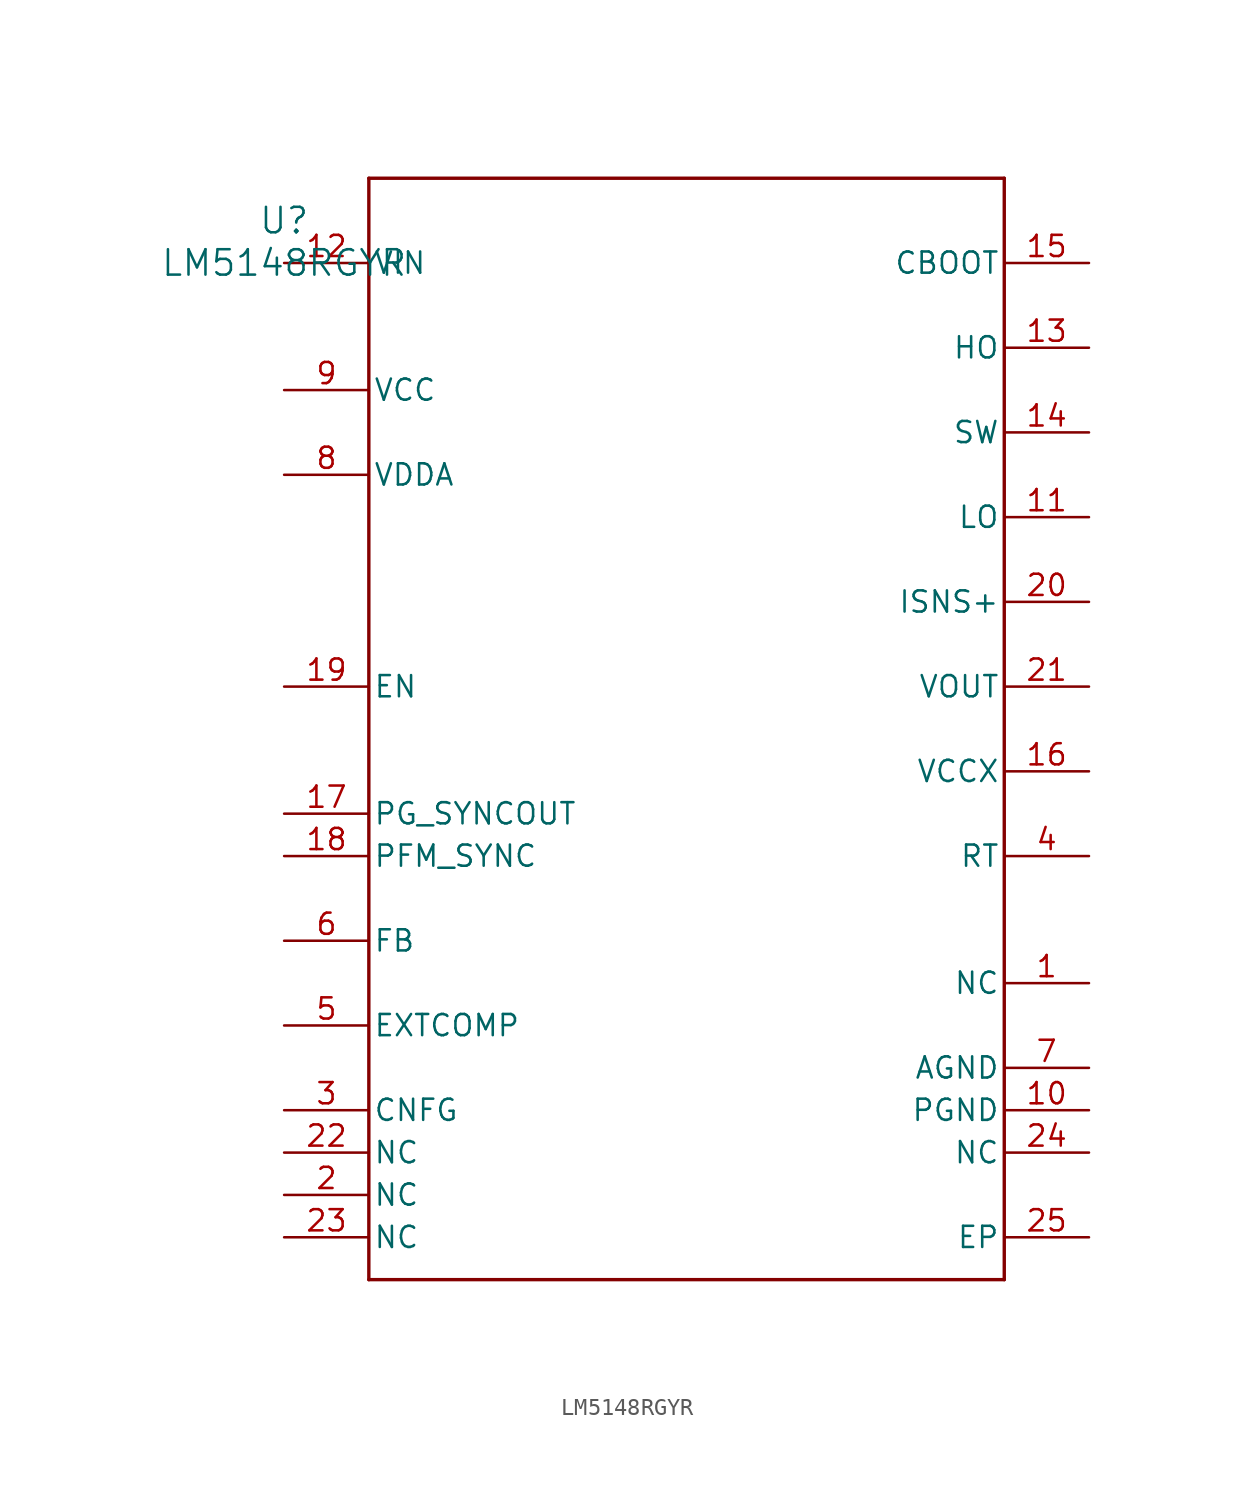
<source format=kicad_sym>
(kicad_symbol_lib
  (version 20211014)
  (generator kicad_symbol_editor)
  (symbol "LM5148RGYR"
    (pin_names
      (offset 0.254))
    (property "Reference" "U"
      (at 0 2.54 0)
      (effects (font (size 1.524 1.524))))
    (property "Value" "LM5148RGYR"
      (at 0 0 0)
      (effects (font (size 1.524 1.524))))
    (symbol "LM5148RGYR_0_1"
      (polyline (pts (xy 5.08 -60.96) (xy 43.18 -60.96)) (stroke (width 0.203) (type default) (color 0 0 0 0)) (fill (type none)))
      (polyline (pts (xy 43.18 -60.96) (xy 43.18 5.08)) (stroke (width 0.203) (type default) (color 0 0 0 0)) (fill (type none)))
      (polyline (pts (xy 43.18 5.08) (xy 5.08 5.08)) (stroke (width 0.203) (type default) (color 0 0 0 0)) (fill (type none)))
      (polyline (pts (xy 5.08 5.08) (xy 5.08 -60.96)) (stroke (width 0.203) (type default) (color 0 0 0 0)) (fill (type none)))
      (pin unspecified line (at 48.26 -43.18 180) (length 5.08) (name "NC" (effects (font (size 1.27 1.27)))) (number "1" (effects (font (size 1.27 1.27)))))
      (pin unspecified line (at 0 -55.88 0) (length 5.08) (name "NC" (effects (font (size 1.27 1.27)))) (number "2" (effects (font (size 1.27 1.27)))))
      (pin unspecified line (at 0 -50.8 0) (length 5.08) (name "CNFG" (effects (font (size 1.27 1.27)))) (number "3" (effects (font (size 1.27 1.27)))))
      (pin unspecified line (at 48.26 -35.56 180) (length 5.08) (name "RT" (effects (font (size 1.27 1.27)))) (number "4" (effects (font (size 1.27 1.27)))))
      (pin unspecified line (at 0 -45.72 0) (length 5.08) (name "EXTCOMP" (effects (font (size 1.27 1.27)))) (number "5" (effects (font (size 1.27 1.27)))))
      (pin unspecified line (at 0 -40.64 0) (length 5.08) (name "FB" (effects (font (size 1.27 1.27)))) (number "6" (effects (font (size 1.27 1.27)))))
      (pin power_in line (at 48.26 -48.26 180) (length 5.08) (name "AGND" (effects (font (size 1.27 1.27)))) (number "7" (effects (font (size 1.27 1.27)))))
      (pin unspecified line (at 0 -12.7 0) (length 5.08) (name "VDDA" (effects (font (size 1.27 1.27)))) (number "8" (effects (font (size 1.27 1.27)))))
      (pin power_in line (at 0 -7.62 0) (length 5.08) (name "VCC" (effects (font (size 1.27 1.27)))) (number "9" (effects (font (size 1.27 1.27)))))
      (pin power_in line (at 48.26 -50.8 180) (length 5.08) (name "PGND" (effects (font (size 1.27 1.27)))) (number "10" (effects (font (size 1.27 1.27)))))
      (pin unspecified line (at 48.26 -15.24 180) (length 5.08) (name "LO" (effects (font (size 1.27 1.27)))) (number "11" (effects (font (size 1.27 1.27)))))
      (pin power_in line (at 0 0 0) (length 5.08) (name "VIN" (effects (font (size 1.27 1.27)))) (number "12" (effects (font (size 1.27 1.27)))))
      (pin unspecified line (at 48.26 -5.08 180) (length 5.08) (name "HO" (effects (font (size 1.27 1.27)))) (number "13" (effects (font (size 1.27 1.27)))))
      (pin power_in line (at 48.26 -10.16 180) (length 5.08) (name "SW" (effects (font (size 1.27 1.27)))) (number "14" (effects (font (size 1.27 1.27)))))
      (pin power_in line (at 48.26 0 180) (length 5.08) (name "CBOOT" (effects (font (size 1.27 1.27)))) (number "15" (effects (font (size 1.27 1.27)))))
      (pin power_in line (at 48.26 -30.48 180) (length 5.08) (name "VCCX" (effects (font (size 1.27 1.27)))) (number "16" (effects (font (size 1.27 1.27)))))
      (pin open_collector line (at 0 -33.02 0) (length 5.08) (name "PG_SYNCOUT" (effects (font (size 1.27 1.27)))) (number "17" (effects (font (size 1.27 1.27)))))
      (pin input line (at 0 -35.56 0) (length 5.08) (name "PFM_SYNC" (effects (font (size 1.27 1.27)))) (number "18" (effects (font (size 1.27 1.27)))))
      (pin input line (at 0 -25.4 0) (length 5.08) (name "EN" (effects (font (size 1.27 1.27)))) (number "19" (effects (font (size 1.27 1.27)))))
      (pin unspecified line (at 48.26 -20.32 180) (length 5.08) (name "ISNS+" (effects (font (size 1.27 1.27)))) (number "20" (effects (font (size 1.27 1.27)))))
      (pin unspecified line (at 48.26 -25.4 180) (length 5.08) (name "VOUT" (effects (font (size 1.27 1.27)))) (number "21" (effects (font (size 1.27 1.27)))))
      (pin unspecified line (at 0 -53.34 0) (length 5.08) (name "NC" (effects (font (size 1.27 1.27)))) (number "22" (effects (font (size 1.27 1.27)))))
      (pin unspecified line (at 0 -58.42 0) (length 5.08) (name "NC" (effects (font (size 1.27 1.27)))) (number "23" (effects (font (size 1.27 1.27)))))
      (pin unspecified line (at 48.26 -53.34 180) (length 5.08) (name "NC" (effects (font (size 1.27 1.27)))) (number "24" (effects (font (size 1.27 1.27)))))
      (pin unspecified line (at 48.26 -58.42 180) (length 5.08) (name "EP" (effects (font (size 1.27 1.27)))) (number "25" (effects (font (size 1.27 1.27))))))))
</source>
